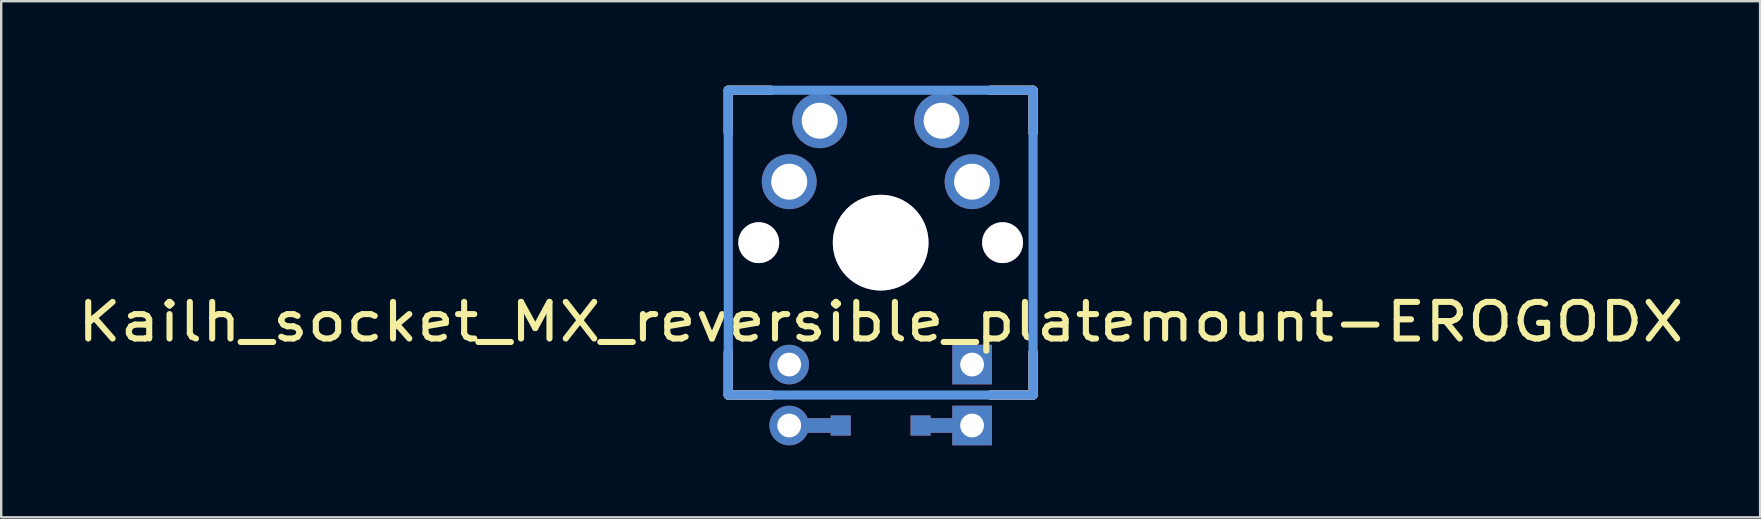
<source format=kicad_pcb>
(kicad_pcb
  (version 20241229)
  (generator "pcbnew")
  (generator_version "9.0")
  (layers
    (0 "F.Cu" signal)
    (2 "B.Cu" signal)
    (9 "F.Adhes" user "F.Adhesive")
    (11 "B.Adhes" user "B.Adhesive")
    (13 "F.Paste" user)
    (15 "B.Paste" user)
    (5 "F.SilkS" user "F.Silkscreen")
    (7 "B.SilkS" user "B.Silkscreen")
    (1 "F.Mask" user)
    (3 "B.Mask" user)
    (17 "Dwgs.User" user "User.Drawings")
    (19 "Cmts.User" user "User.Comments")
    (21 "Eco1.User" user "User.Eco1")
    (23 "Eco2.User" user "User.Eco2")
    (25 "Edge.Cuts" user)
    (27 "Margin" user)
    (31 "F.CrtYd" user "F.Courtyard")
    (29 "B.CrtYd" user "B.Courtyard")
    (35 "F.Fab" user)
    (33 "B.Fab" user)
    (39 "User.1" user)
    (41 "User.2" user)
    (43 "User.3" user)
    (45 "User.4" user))
  (footprint "Kailh_socket_MX_reversible_platemount-EROGODX"
    (layer "F.Cu")
    (at 33.647 7.061)
    (property "Reference" "Kailh_socket_MX_reversible_platemount-EROGODX" (at 0 3.302 0) (layer "F.SilkS") (effects (font (size 1.524 1.778) (thickness 0.254))))
    (attr through_hole)
    (fp_line (start -3.81 7.62) (end -1.664 7.62) (stroke (width 0.61) (type solid)) (layer "F.Cu"))
    (fp_line (start 1.664 7.62) (end 3.81 7.62) (stroke (width 0.61) (type solid)) (layer "F.Cu"))
    (fp_line (start -3.81 7.62) (end -1.664 7.62) (stroke (width 0.61) (type solid)) (layer "B.Cu"))
    (fp_line (start 1.664 7.62) (end 3.81 7.62) (stroke (width 0.61) (type solid)) (layer "B.Cu"))
    (fp_line (start -6.35 -6.35) (end -4.572 -6.35) (stroke (width 0.381) (type solid)) (layer "F.SilkS"))
    (fp_line (start -6.35 -4.572) (end -6.35 -6.35) (stroke (width 0.381) (type solid)) (layer "F.SilkS"))
    (fp_line (start -6.35 6.35) (end -6.35 4.572) (stroke (width 0.381) (type solid)) (layer "F.SilkS"))
    (fp_line (start -4.572 6.35) (end -6.35 6.35) (stroke (width 0.381) (type solid)) (layer "F.SilkS"))
    (fp_line (start 4.572 -6.35) (end 6.35 -6.35) (stroke (width 0.381) (type solid)) (layer "F.SilkS"))
    (fp_line (start 6.35 -6.35) (end 6.35 -4.572) (stroke (width 0.381) (type solid)) (layer "F.SilkS"))
    (fp_line (start 6.35 4.572) (end 6.35 6.35) (stroke (width 0.381) (type solid)) (layer "F.SilkS"))
    (fp_line (start 6.35 6.35) (end 4.572 6.35) (stroke (width 0.381) (type solid)) (layer "F.SilkS"))
    (fp_line (start -6.35 -6.35) (end -4.572 -6.35) (stroke (width 0.381) (type solid)) (layer "B.SilkS"))
    (fp_line (start -6.35 -4.572) (end -6.35 -6.35) (stroke (width 0.381) (type solid)) (layer "B.SilkS"))
    (fp_line (start -6.35 6.35) (end -6.35 4.572) (stroke (width 0.381) (type solid)) (layer "B.SilkS"))
    (fp_line (start -4.572 6.35) (end -6.35 6.35) (stroke (width 0.381) (type solid)) (layer "B.SilkS"))
    (fp_line (start 4.572 -6.35) (end 6.35 -6.35) (stroke (width 0.381) (type solid)) (layer "B.SilkS"))
    (fp_line (start 6.35 -6.35) (end 6.35 -4.572) (stroke (width 0.381) (type solid)) (layer "B.SilkS"))
    (fp_line (start 6.35 4.572) (end 6.35 6.35) (stroke (width 0.381) (type solid)) (layer "B.SilkS"))
    (fp_line (start 6.35 6.35) (end 4.572 6.35) (stroke (width 0.381) (type solid)) (layer "B.SilkS"))
    (fp_line (start -6.35 -6.35) (end 6.35 -6.35) (stroke (width 0.381) (type solid)) (layer "Cmts.User"))
    (fp_line (start -6.35 6.35) (end -6.35 -6.35) (stroke (width 0.381) (type solid)) (layer "Cmts.User"))
    (fp_line (start 6.35 -6.35) (end 6.35 6.35) (stroke (width 0.381) (type solid)) (layer "Cmts.User"))
    (fp_line (start 6.35 6.35) (end -6.35 6.35) (stroke (width 0.381) (type solid)) (layer "Cmts.User"))
    (fp_line (start -7.798 -6.005) (end -6.985 -6.005) (stroke (width 0.152) (type solid)) (layer "Eco2.User"))
    (fp_line (start -7.798 -2.504) (end -7.798 -6.005) (stroke (width 0.152) (type solid)) (layer "Eco2.User"))
    (fp_line (start -7.798 2.504) (end -6.985 2.504) (stroke (width 0.152) (type solid)) (layer "Eco2.User"))
    (fp_line (start -7.798 6.005) (end -7.798 2.504) (stroke (width 0.152) (type solid)) (layer "Eco2.User"))
    (fp_line (start -6.985 -6.985) (end 6.985 -6.985) (stroke (width 0.152) (type solid)) (layer "Eco2.User"))
    (fp_line (start -6.985 -6.005) (end -6.985 -6.985) (stroke (width 0.152) (type solid)) (layer "Eco2.User"))
    (fp_line (start -6.985 -2.504) (end -7.798 -2.504) (stroke (width 0.152) (type solid)) (layer "Eco2.User"))
    (fp_line (start -6.985 2.504) (end -6.985 -2.504) (stroke (width 0.152) (type solid)) (layer "Eco2.User"))
    (fp_line (start -6.985 6.005) (end -7.798 6.005) (stroke (width 0.152) (type solid)) (layer "Eco2.User"))
    (fp_line (start -6.985 6.985) (end -6.985 6.005) (stroke (width 0.152) (type solid)) (layer "Eco2.User"))
    (fp_line (start 6.985 -6.985) (end 6.985 -6.005) (stroke (width 0.152) (type solid)) (layer "Eco2.User"))
    (fp_line (start 6.985 -6.005) (end 7.798 -6.005) (stroke (width 0.152) (type solid)) (layer "Eco2.User"))
    (fp_line (start 6.985 -2.504) (end 6.985 2.504) (stroke (width 0.152) (type solid)) (layer "Eco2.User"))
    (fp_line (start 6.985 2.504) (end 7.798 2.504) (stroke (width 0.152) (type solid)) (layer "Eco2.User"))
    (fp_line (start 6.985 6.005) (end 6.985 6.985) (stroke (width 0.152) (type solid)) (layer "Eco2.User"))
    (fp_line (start 6.985 6.985) (end -6.985 6.985) (stroke (width 0.152) (type solid)) (layer "Eco2.User"))
    (fp_line (start 7.798 -6.005) (end 7.798 -2.504) (stroke (width 0.152) (type solid)) (layer "Eco2.User"))
    (fp_line (start 7.798 -2.504) (end 6.985 -2.504) (stroke (width 0.152) (type solid)) (layer "Eco2.User"))
    (fp_line (start 7.798 2.504) (end 7.798 6.005) (stroke (width 0.152) (type solid)) (layer "Eco2.User"))
    (fp_line (start 7.798 6.005) (end 6.985 6.005) (stroke (width 0.152) (type solid)) (layer "Eco2.User"))
    (pad "0" thru_hole circle (at -5.08 0) (size 1.702 1.702) (drill 1.702) (layers "*.Cu" "*.Mask"))
    (pad "0" thru_hole circle (at 0 0) (size 3.988 3.988) (drill 3.988) (layers "*.Cu" "*.Mask"))
    (pad "0" thru_hole circle (at 5.08 0) (size 1.702 1.702) (drill 1.702) (layers "*.Cu" "*.Mask"))
    (pad "1" thru_hole circle (at 2.54 -5.08) (size 2.286 2.286) (drill 1.499) (layers "*.Cu" "*.Mask"))
    (pad "1" thru_hole circle (at 3.81 -2.54) (size 2.286 2.286) (drill 1.499) (layers "*.Cu" "*.Mask"))
    (pad "2" thru_hole circle (at -3.81 -2.54) (size 2.286 2.286) (drill 1.499) (layers "*.Cu" "*.Mask"))
    (pad "2" thru_hole circle (at -2.54 -5.08) (size 2.286 2.286) (drill 1.499) (layers "*.Cu" "*.Mask"))
    (pad "3" thru_hole circle (at -3.81 5.08) (size 1.651 1.651) (drill 0.991) (layers "*.Cu" "*.Mask"))
    (pad "3" thru_hole circle (at -3.81 7.62) (size 1.651 1.651) (drill 0.991) (layers "*.Cu" "*.Mask"))
    (pad "4" thru_hole rect (at 3.81 5.08) (size 1.651 1.651) (drill 0.991) (layers "*.Cu" "*.Mask"))
    (pad "4" thru_hole rect (at 3.81 7.62) (size 1.651 1.651) (drill 0.991) (layers "*.Cu" "*.Mask"))
    (pad "99" smd rect (at -1.664 7.62) (size 0.838 0.838) (layers "F.Cu" "F.Mask" "F.Paste"))
    (pad "99" smd rect (at -1.664 7.62) (size 0.838 0.838) (layers "B.Cu" "B.Mask" "B.Paste"))
    (pad "99" smd rect (at 1.664 7.62) (size 0.838 0.838) (layers "F.Cu" "F.Mask" "F.Paste"))
    (pad "99" smd rect (at 1.664 7.62) (size 0.838 0.838) (layers "B.Cu" "B.Mask" "B.Paste")))
  (gr_rect
    (start -3 -3)
    (end 70.293 18.507)
    (stroke (width 0.1) (type default))
    (fill no)
    (layer "Edge.Cuts")))
</source>
